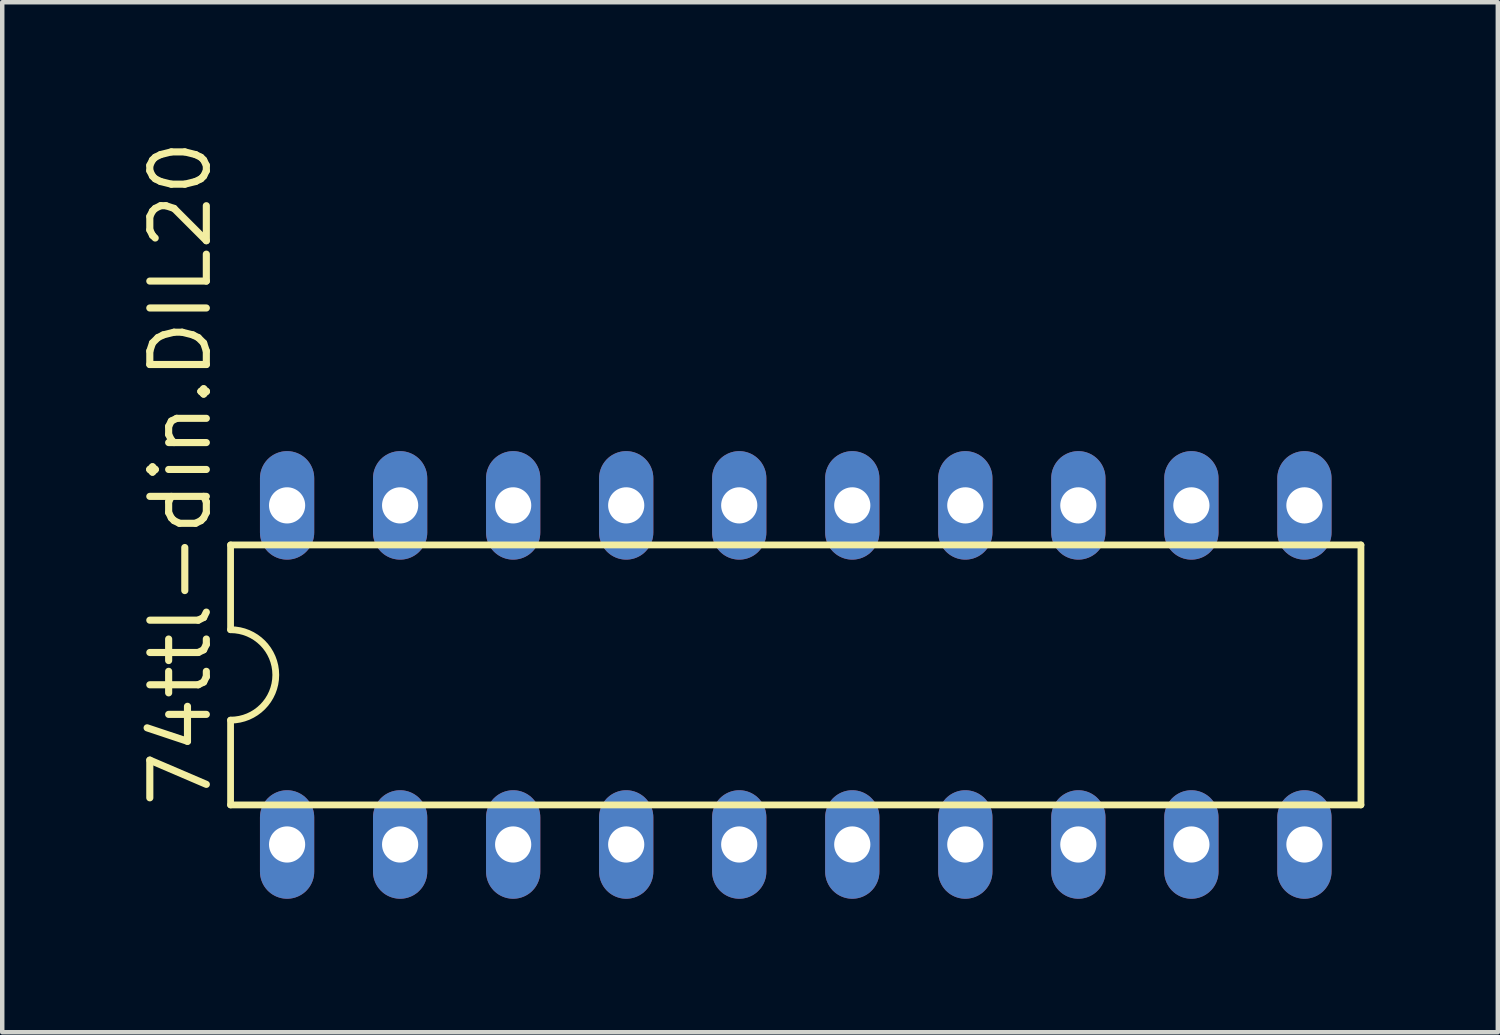
<source format=kicad_pcb>
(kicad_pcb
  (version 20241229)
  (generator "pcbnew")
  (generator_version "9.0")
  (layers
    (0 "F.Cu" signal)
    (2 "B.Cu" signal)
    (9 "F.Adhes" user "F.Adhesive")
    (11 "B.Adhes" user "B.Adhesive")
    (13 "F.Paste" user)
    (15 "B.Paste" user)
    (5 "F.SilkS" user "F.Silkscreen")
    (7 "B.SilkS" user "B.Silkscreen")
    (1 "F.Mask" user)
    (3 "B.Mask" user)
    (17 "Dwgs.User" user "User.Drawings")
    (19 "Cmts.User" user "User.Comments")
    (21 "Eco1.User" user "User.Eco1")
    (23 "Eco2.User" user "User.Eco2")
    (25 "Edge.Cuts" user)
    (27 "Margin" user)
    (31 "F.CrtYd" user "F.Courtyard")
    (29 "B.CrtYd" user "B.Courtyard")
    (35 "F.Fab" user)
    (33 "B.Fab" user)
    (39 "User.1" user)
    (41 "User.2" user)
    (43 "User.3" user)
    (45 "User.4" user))
  (footprint "74ttl-din.DIL20"
    (layer "F.Cu")
    (at 14.831 12.116)
    (property "Reference" "74ttl-din.DIL20" (at -13.081 3.048 90) (layer "F.SilkS") (effects (font (size 1.27 1.27) (thickness 0.16)) (justify left bottom)))
    (attr through_hole)
    (fp_line (start -12.7 -2.921) (end -12.7 -1.016) (stroke (width 0.152) (type default)) (layer "F.SilkS"))
    (fp_line (start -12.7 2.921) (end -12.7 1.016) (stroke (width 0.152) (type default)) (layer "F.SilkS"))
    (fp_line (start -12.7 2.921) (end 12.7 2.921) (stroke (width 0.152) (type default)) (layer "F.SilkS"))
    (fp_line (start 12.7 -2.921) (end -12.7 -2.921) (stroke (width 0.152) (type default)) (layer "F.SilkS"))
    (fp_line (start 12.7 -2.921) (end 12.7 2.921) (stroke (width 0.152) (type default)) (layer "F.SilkS"))
    (fp_arc (start -12.7 -1.016) (mid -11.684 0) (end -12.7 1.016) (stroke (width 0.1524) (type default)) (layer "F.SilkS"))
    (pad "1" thru_hole oval (at -11.43 3.81 90) (size 2.438 1.219) (drill 0.813) (layers "*.Cu" "*.Mask"))
    (pad "2" thru_hole oval (at -8.89 3.81 90) (size 2.438 1.219) (drill 0.813) (layers "*.Cu" "*.Mask"))
    (pad "3" thru_hole oval (at -6.35 3.81 90) (size 2.438 1.219) (drill 0.813) (layers "*.Cu" "*.Mask"))
    (pad "4" thru_hole oval (at -3.81 3.81 90) (size 2.438 1.219) (drill 0.813) (layers "*.Cu" "*.Mask"))
    (pad "5" thru_hole oval (at -1.27 3.81 90) (size 2.438 1.219) (drill 0.813) (layers "*.Cu" "*.Mask"))
    (pad "6" thru_hole oval (at 1.27 3.81 90) (size 2.438 1.219) (drill 0.813) (layers "*.Cu" "*.Mask"))
    (pad "7" thru_hole oval (at 3.81 3.81 90) (size 2.438 1.219) (drill 0.813) (layers "*.Cu" "*.Mask"))
    (pad "8" thru_hole oval (at 6.35 3.81 90) (size 2.438 1.219) (drill 0.813) (layers "*.Cu" "*.Mask"))
    (pad "9" thru_hole oval (at 8.89 3.81 90) (size 2.438 1.219) (drill 0.813) (layers "*.Cu" "*.Mask"))
    (pad "10" thru_hole oval (at 11.43 3.81 90) (size 2.438 1.219) (drill 0.813) (layers "*.Cu" "*.Mask"))
    (pad "11" thru_hole oval (at 11.43 -3.81 90) (size 2.438 1.219) (drill 0.813) (layers "*.Cu" "*.Mask"))
    (pad "12" thru_hole oval (at 8.89 -3.81 90) (size 2.438 1.219) (drill 0.813) (layers "*.Cu" "*.Mask"))
    (pad "13" thru_hole oval (at 6.35 -3.81 90) (size 2.438 1.219) (drill 0.813) (layers "*.Cu" "*.Mask"))
    (pad "14" thru_hole oval (at 3.81 -3.81 90) (size 2.438 1.219) (drill 0.813) (layers "*.Cu" "*.Mask"))
    (pad "15" thru_hole oval (at 1.27 -3.81 90) (size 2.438 1.219) (drill 0.813) (layers "*.Cu" "*.Mask"))
    (pad "16" thru_hole oval (at -1.27 -3.81 90) (size 2.438 1.219) (drill 0.813) (layers "*.Cu" "*.Mask"))
    (pad "17" thru_hole oval (at -3.81 -3.81 90) (size 2.438 1.219) (drill 0.813) (layers "*.Cu" "*.Mask"))
    (pad "18" thru_hole oval (at -6.35 -3.81 90) (size 2.438 1.219) (drill 0.813) (layers "*.Cu" "*.Mask"))
    (pad "19" thru_hole oval (at -8.89 -3.81 90) (size 2.438 1.219) (drill 0.813) (layers "*.Cu" "*.Mask"))
    (pad "20" thru_hole oval (at -11.43 -3.81 90) (size 2.438 1.219) (drill 0.813) (layers "*.Cu" "*.Mask")))
  (gr_rect
    (start -3 -3)
    (end 30.607 20.145)
    (stroke (width 0.1) (type default))
    (fill no)
    (layer "Edge.Cuts")))
</source>
